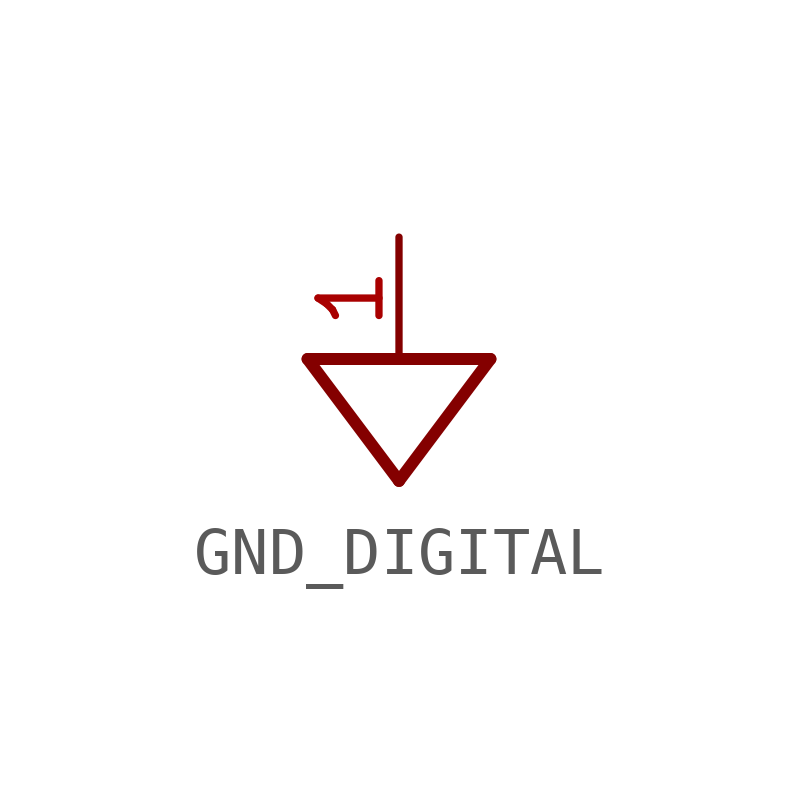
<source format=kicad_sym>
(kicad_symbol_lib
  (version 20231120)
  (generator "kicad_symbol_editor")
  (generator_version "8.0")
  (symbol "GND_DIGITAL"
    (power)
    (property "Reference" "#NetPort"
      (at 0 0 0)
      (effects (font (size 1.27 1.27)) (hide yes)))
    (property "ki_locked" ""
      (at 0 0 0)
      (effects (font (size 1.27 1.27))))
    (symbol "GND_DIGITAL_1_0"
      (polyline (pts (xy -1.905 1.27) (xy 0 -1.27)) (stroke (width 0.25) (type solid)) (fill (type none)))
      (polyline (pts (xy -1.905 1.27) (xy 1.905 1.27)) (stroke (width 0.25) (type solid)) (fill (type none)))
      (polyline (pts (xy 0 -1.27) (xy 1.905 1.27)) (stroke (width 0.25) (type solid)) (fill (type none)))
      (pin power_in line (at 0 3.81 270) (length 2.54) (name "GNDD" (effects (font (size 0 0)))) (number "1" (effects (font (size 1.27 1.27))))))))
</source>
